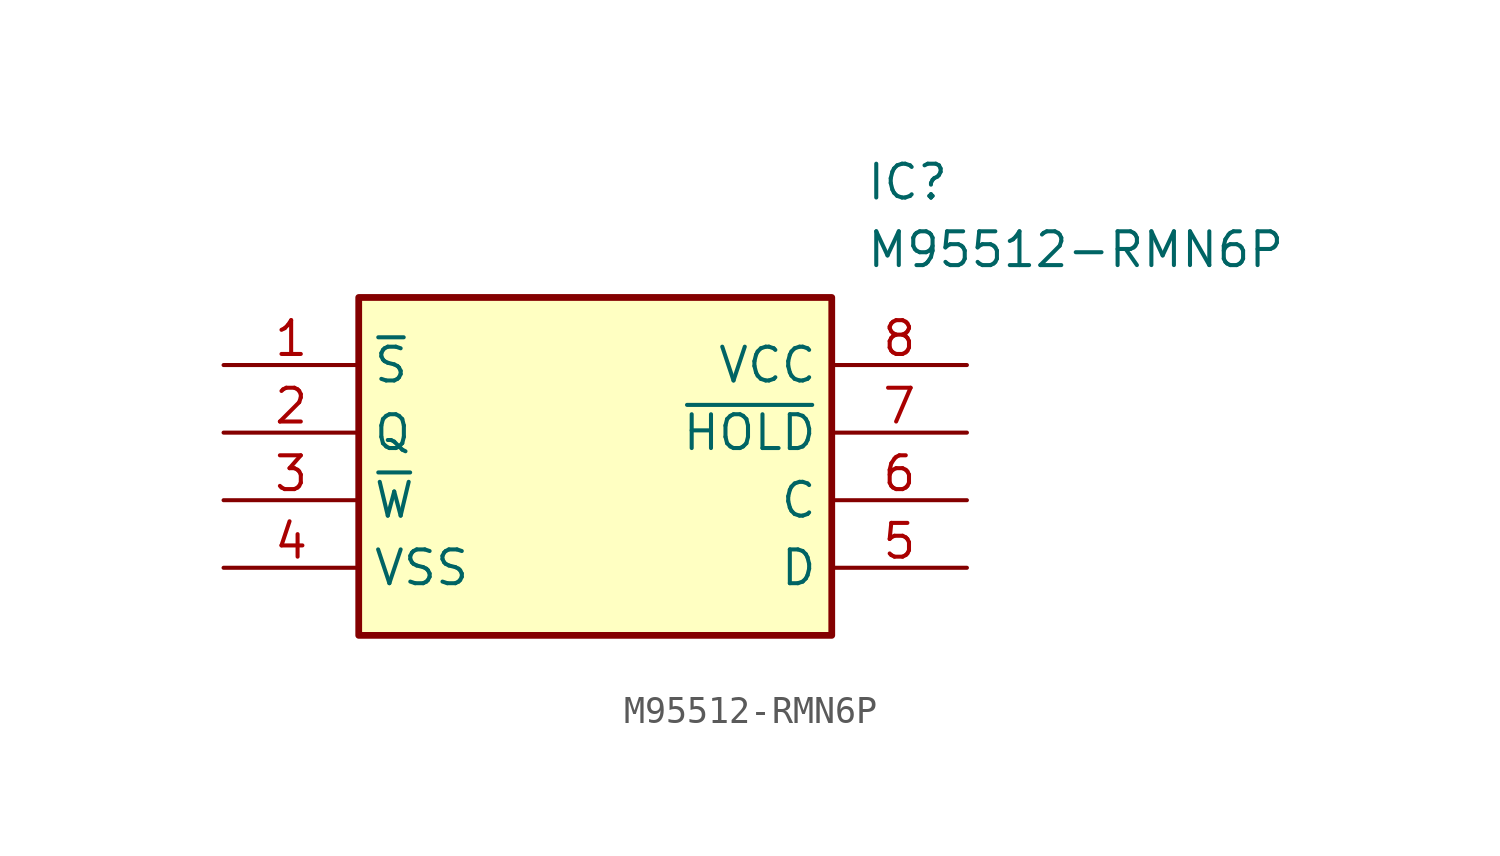
<source format=kicad_sym>
(kicad_symbol_lib
  (version 20211014)
  (generator SamacSys_ECAD_Model)
  (symbol "M95512-RMN6P"
    (property "Reference" "IC"
      (at 24.13 7.62 0)
      (effects (font (size 1.27 1.27)) (justify left top)))
    (property "Value" "M95512-RMN6P"
      (at 24.13 5.08 0)
      (effects (font (size 1.27 1.27)) (justify left top)))
    (rectangle
      (start 5.08 2.54)
      (end 22.86 -10.16)
      (stroke (width 0.254) (type default))
      (fill (type background)))
    (pin passive line
      (at 0 0 0)
      (length 5.08)
      (name "~{S}" (effects (font (size 1.27 1.27))))
      (number "1" (effects (font (size 1.27 1.27)))))
    (pin passive line
      (at 0 -2.54 0)
      (length 5.08)
      (name "Q" (effects (font (size 1.27 1.27))))
      (number "2" (effects (font (size 1.27 1.27)))))
    (pin passive line
      (at 0 -5.08 0)
      (length 5.08)
      (name "~{W}" (effects (font (size 1.27 1.27))))
      (number "3" (effects (font (size 1.27 1.27)))))
    (pin passive line
      (at 0 -7.62 0)
      (length 5.08)
      (name "VSS" (effects (font (size 1.27 1.27))))
      (number "4" (effects (font (size 1.27 1.27)))))
    (pin passive line
      (at 27.94 0 180)
      (length 5.08)
      (name "VCC" (effects (font (size 1.27 1.27))))
      (number "8" (effects (font (size 1.27 1.27)))))
    (pin passive line
      (at 27.94 -2.54 180)
      (length 5.08)
      (name "~{HOLD}" (effects (font (size 1.27 1.27))))
      (number "7" (effects (font (size 1.27 1.27)))))
    (pin passive line
      (at 27.94 -5.08 180)
      (length 5.08)
      (name "C" (effects (font (size 1.27 1.27))))
      (number "6" (effects (font (size 1.27 1.27)))))
    (pin passive line
      (at 27.94 -7.62 180)
      (length 5.08)
      (name "D" (effects (font (size 1.27 1.27))))
      (number "5" (effects (font (size 1.27 1.27)))))))
</source>
